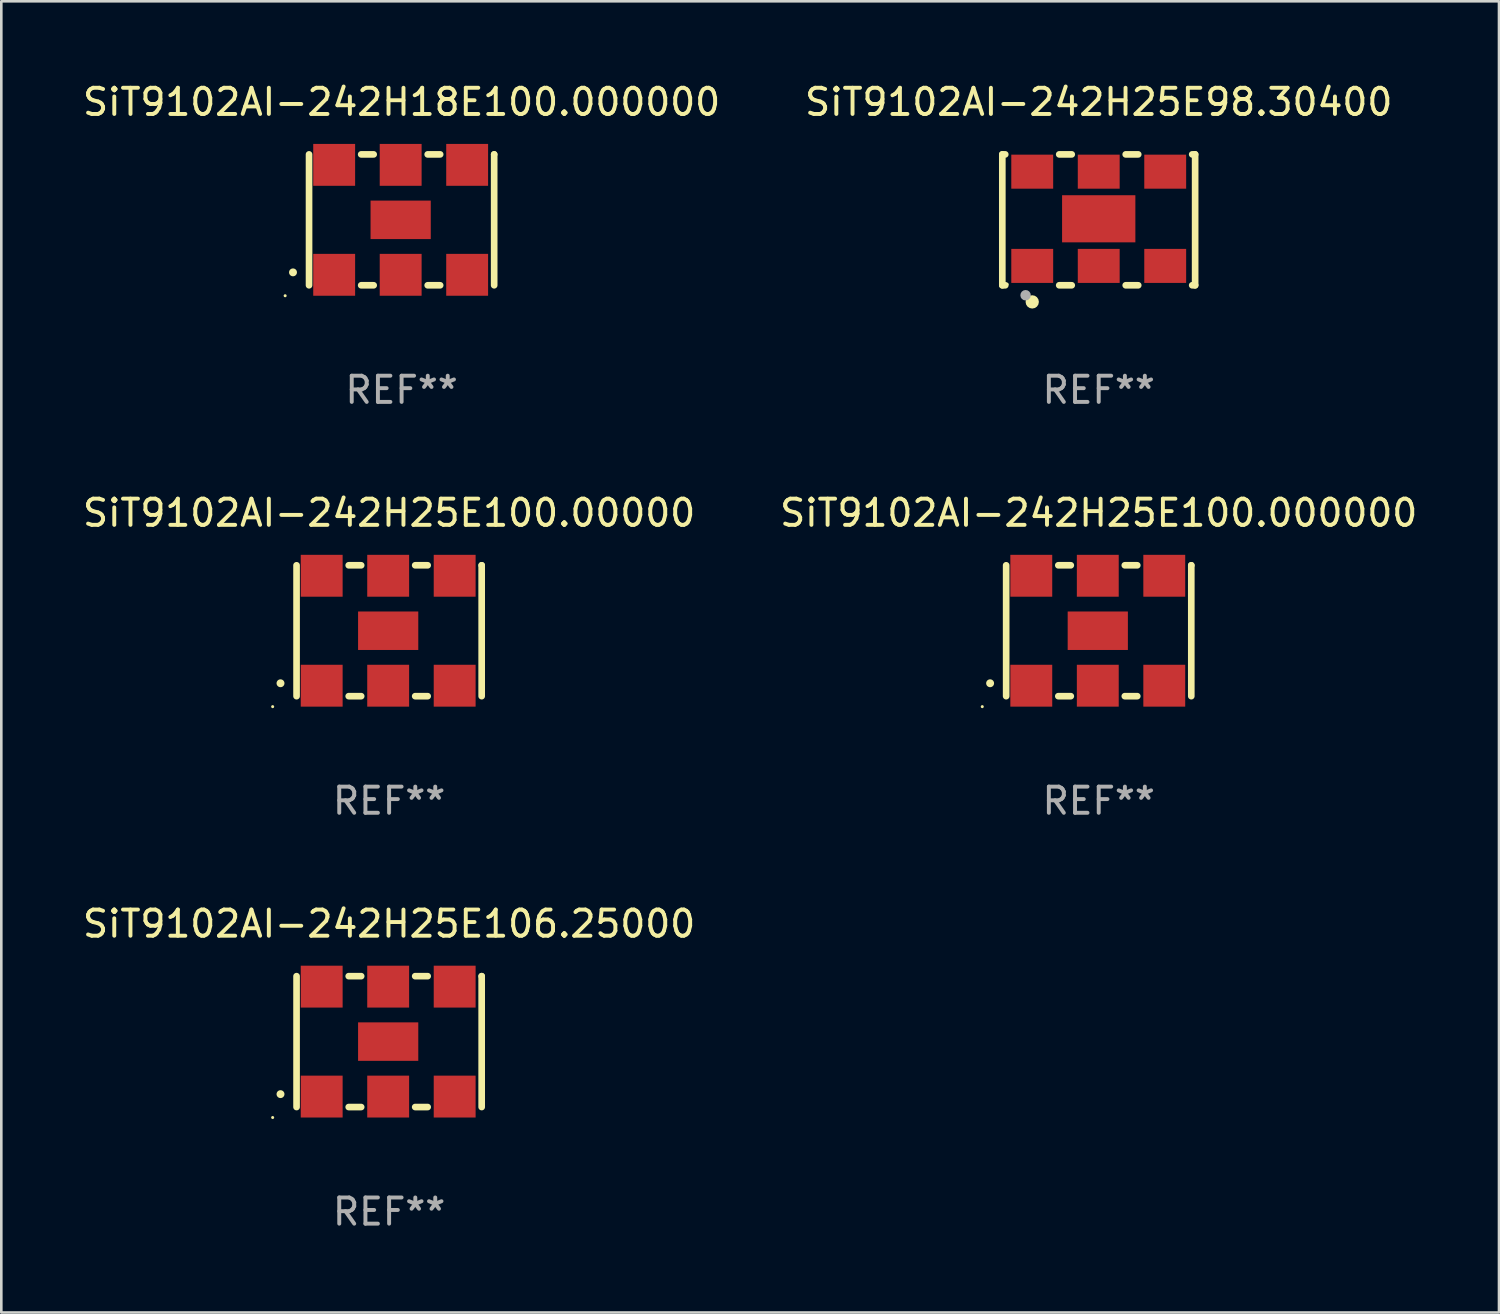
<source format=kicad_pcb>
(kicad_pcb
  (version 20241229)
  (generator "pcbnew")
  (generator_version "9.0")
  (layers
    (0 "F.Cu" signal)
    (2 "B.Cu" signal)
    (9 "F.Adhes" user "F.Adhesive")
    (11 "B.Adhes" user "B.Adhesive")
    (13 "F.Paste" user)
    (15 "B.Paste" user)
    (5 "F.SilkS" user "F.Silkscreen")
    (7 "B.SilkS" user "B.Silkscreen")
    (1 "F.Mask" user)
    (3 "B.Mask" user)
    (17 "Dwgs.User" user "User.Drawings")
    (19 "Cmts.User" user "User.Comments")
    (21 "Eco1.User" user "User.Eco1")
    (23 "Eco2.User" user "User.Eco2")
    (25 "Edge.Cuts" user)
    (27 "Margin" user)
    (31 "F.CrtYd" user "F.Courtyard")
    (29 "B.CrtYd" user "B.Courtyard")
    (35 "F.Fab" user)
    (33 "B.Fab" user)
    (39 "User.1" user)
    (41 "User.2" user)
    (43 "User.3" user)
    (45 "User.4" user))
  (footprint "SiT9102AI-242H18E100.000000"
    (layer "F.Cu")
    (at 12.292 5.348)
    (property "Reference" "SiT9102AI-242H18E100.000000" (at 0 -4.5 0) (layer "F.SilkS") (effects (font (size 1 1) (thickness 0.15))))
    (attr through_hole)
    (fp_line (start -3.536 -2.5) (end -3.536 2.5) (stroke (width 0.254) (type solid)) (layer "F.SilkS"))
    (fp_line (start -1.544 2.5) (end -1.067 2.5) (stroke (width 0.254) (type solid)) (layer "F.SilkS"))
    (fp_line (start -1.067 -2.5) (end -1.544 -2.5) (stroke (width 0.254) (type solid)) (layer "F.SilkS"))
    (fp_line (start 0.996 2.5) (end 1.473 2.5) (stroke (width 0.254) (type solid)) (layer "F.SilkS"))
    (fp_line (start 1.473 -2.5) (end 0.996 -2.5) (stroke (width 0.254) (type solid)) (layer "F.SilkS"))
    (fp_line (start 3.536 -2.5) (end 3.536 -2.5) (stroke (width 0.254) (type solid)) (layer "F.SilkS"))
    (fp_line (start 3.536 2.5) (end 3.536 -2.5) (stroke (width 0.254) (type solid)) (layer "F.SilkS"))
    (fp_arc (start -4.150432 2.006604) (mid -4.149162 2.006599) (end -4.147892 2.006604) (stroke (width 0.3) (type solid)) (layer "F.SilkS"))
    (fp_circle (center -4.449 2.9) (end -4.419 2.9) (stroke (width 0.06) (type solid)) (fill no) (layer "F.SilkS"))
    (fp_text user "REF**" (at 0 6.5 0) (layer "F.Fab") (effects (font (size 1 1) (thickness 0.15))))
    (pad "1" smd rect (at -2.576 2.1) (size 1.6 1.6) (layers "F.Cu" "F.Mask" "F.Paste"))
    (pad "2" smd rect (at -0.036 2.1) (size 1.6 1.6) (layers "F.Cu" "F.Mask" "F.Paste"))
    (pad "3" smd rect (at 2.504 2.1) (size 1.6 1.6) (layers "F.Cu" "F.Mask" "F.Paste"))
    (pad "4" smd rect (at 2.504 -2.1) (size 1.6 1.6) (layers "F.Cu" "F.Mask" "F.Paste"))
    (pad "5" smd rect (at -0.036 -2.1) (size 1.6 1.6) (layers "F.Cu" "F.Mask" "F.Paste"))
    (pad "6" smd rect (at -2.576 -2.1) (size 1.6 1.6) (layers "F.Cu" "F.Mask" "F.Paste"))
    (pad "7" smd rect (at -0.036 0) (size 2.3 1.47) (layers "F.Cu" "F.Mask" "F.Paste")))
  (footprint "SiT9102AI-242H25E106.25000"
    (layer "F.Cu")
    (at 11.815 36.741)
    (property "Reference" "SiT9102AI-242H25E106.25000" (at 0 -4.5 0) (layer "F.SilkS") (effects (font (size 1 1) (thickness 0.15))))
    (attr through_hole)
    (fp_line (start -3.536 -2.5) (end -3.536 2.5) (stroke (width 0.254) (type solid)) (layer "F.SilkS"))
    (fp_line (start -1.544 2.5) (end -1.067 2.5) (stroke (width 0.254) (type solid)) (layer "F.SilkS"))
    (fp_line (start -1.067 -2.5) (end -1.544 -2.5) (stroke (width 0.254) (type solid)) (layer "F.SilkS"))
    (fp_line (start 0.996 2.5) (end 1.473 2.5) (stroke (width 0.254) (type solid)) (layer "F.SilkS"))
    (fp_line (start 1.473 -2.5) (end 0.996 -2.5) (stroke (width 0.254) (type solid)) (layer "F.SilkS"))
    (fp_line (start 3.536 -2.5) (end 3.536 -2.5) (stroke (width 0.254) (type solid)) (layer "F.SilkS"))
    (fp_line (start 3.536 2.5) (end 3.536 -2.5) (stroke (width 0.254) (type solid)) (layer "F.SilkS"))
    (fp_arc (start -4.150432 2.006604) (mid -4.149162 2.006599) (end -4.147892 2.006604) (stroke (width 0.3) (type solid)) (layer "F.SilkS"))
    (fp_circle (center -4.449 2.9) (end -4.419 2.9) (stroke (width 0.06) (type solid)) (fill no) (layer "F.SilkS"))
    (fp_text user "REF**" (at 0 6.5 0) (layer "F.Fab") (effects (font (size 1 1) (thickness 0.15))))
    (pad "1" smd rect (at -2.576 2.1) (size 1.6 1.6) (layers "F.Cu" "F.Mask" "F.Paste"))
    (pad "2" smd rect (at -0.036 2.1) (size 1.6 1.6) (layers "F.Cu" "F.Mask" "F.Paste"))
    (pad "3" smd rect (at 2.504 2.1) (size 1.6 1.6) (layers "F.Cu" "F.Mask" "F.Paste"))
    (pad "4" smd rect (at 2.504 -2.1) (size 1.6 1.6) (layers "F.Cu" "F.Mask" "F.Paste"))
    (pad "5" smd rect (at -0.036 -2.1) (size 1.6 1.6) (layers "F.Cu" "F.Mask" "F.Paste"))
    (pad "6" smd rect (at -2.576 -2.1) (size 1.6 1.6) (layers "F.Cu" "F.Mask" "F.Paste"))
    (pad "7" smd rect (at -0.036 0) (size 2.3 1.47) (layers "F.Cu" "F.Mask" "F.Paste")))
  (footprint "SiT9102AI-242H25E100.00000"
    (layer "F.Cu")
    (at 11.815 21.045)
    (property "Reference" "SiT9102AI-242H25E100.00000" (at 0 -4.5 0) (layer "F.SilkS") (effects (font (size 1 1) (thickness 0.15))))
    (attr through_hole)
    (fp_line (start -3.536 -2.5) (end -3.536 2.5) (stroke (width 0.254) (type solid)) (layer "F.SilkS"))
    (fp_line (start -1.544 2.5) (end -1.067 2.5) (stroke (width 0.254) (type solid)) (layer "F.SilkS"))
    (fp_line (start -1.067 -2.5) (end -1.544 -2.5) (stroke (width 0.254) (type solid)) (layer "F.SilkS"))
    (fp_line (start 0.996 2.5) (end 1.473 2.5) (stroke (width 0.254) (type solid)) (layer "F.SilkS"))
    (fp_line (start 1.473 -2.5) (end 0.996 -2.5) (stroke (width 0.254) (type solid)) (layer "F.SilkS"))
    (fp_line (start 3.536 -2.5) (end 3.536 -2.5) (stroke (width 0.254) (type solid)) (layer "F.SilkS"))
    (fp_line (start 3.536 2.5) (end 3.536 -2.5) (stroke (width 0.254) (type solid)) (layer "F.SilkS"))
    (fp_arc (start -4.150432 2.006604) (mid -4.149162 2.006599) (end -4.147892 2.006604) (stroke (width 0.3) (type solid)) (layer "F.SilkS"))
    (fp_circle (center -4.449 2.9) (end -4.419 2.9) (stroke (width 0.06) (type solid)) (fill no) (layer "F.SilkS"))
    (fp_text user "REF**" (at 0 6.5 0) (layer "F.Fab") (effects (font (size 1 1) (thickness 0.15))))
    (pad "1" smd rect (at -2.576 2.1) (size 1.6 1.6) (layers "F.Cu" "F.Mask" "F.Paste"))
    (pad "2" smd rect (at -0.036 2.1) (size 1.6 1.6) (layers "F.Cu" "F.Mask" "F.Paste"))
    (pad "3" smd rect (at 2.504 2.1) (size 1.6 1.6) (layers "F.Cu" "F.Mask" "F.Paste"))
    (pad "4" smd rect (at 2.504 -2.1) (size 1.6 1.6) (layers "F.Cu" "F.Mask" "F.Paste"))
    (pad "5" smd rect (at -0.036 -2.1) (size 1.6 1.6) (layers "F.Cu" "F.Mask" "F.Paste"))
    (pad "6" smd rect (at -2.576 -2.1) (size 1.6 1.6) (layers "F.Cu" "F.Mask" "F.Paste"))
    (pad "7" smd rect (at -0.036 0) (size 2.3 1.47) (layers "F.Cu" "F.Mask" "F.Paste")))
  (footprint "SiT9102AI-242H25E100.000000"
    (layer "F.Cu")
    (at 38.923 21.045)
    (property "Reference" "SiT9102AI-242H25E100.000000" (at 0 -4.5 0) (layer "F.SilkS") (effects (font (size 1 1) (thickness 0.15))))
    (attr through_hole)
    (fp_line (start -3.536 -2.5) (end -3.536 2.5) (stroke (width 0.254) (type solid)) (layer "F.SilkS"))
    (fp_line (start -1.544 2.5) (end -1.067 2.5) (stroke (width 0.254) (type solid)) (layer "F.SilkS"))
    (fp_line (start -1.067 -2.5) (end -1.544 -2.5) (stroke (width 0.254) (type solid)) (layer "F.SilkS"))
    (fp_line (start 0.996 2.5) (end 1.473 2.5) (stroke (width 0.254) (type solid)) (layer "F.SilkS"))
    (fp_line (start 1.473 -2.5) (end 0.996 -2.5) (stroke (width 0.254) (type solid)) (layer "F.SilkS"))
    (fp_line (start 3.536 -2.5) (end 3.536 -2.5) (stroke (width 0.254) (type solid)) (layer "F.SilkS"))
    (fp_line (start 3.536 2.5) (end 3.536 -2.5) (stroke (width 0.254) (type solid)) (layer "F.SilkS"))
    (fp_arc (start -4.150432 2.006604) (mid -4.149162 2.006599) (end -4.147892 2.006604) (stroke (width 0.3) (type solid)) (layer "F.SilkS"))
    (fp_circle (center -4.449 2.9) (end -4.419 2.9) (stroke (width 0.06) (type solid)) (fill no) (layer "F.SilkS"))
    (fp_text user "REF**" (at 0 6.5 0) (layer "F.Fab") (effects (font (size 1 1) (thickness 0.15))))
    (pad "1" smd rect (at -2.576 2.1) (size 1.6 1.6) (layers "F.Cu" "F.Mask" "F.Paste"))
    (pad "2" smd rect (at -0.036 2.1) (size 1.6 1.6) (layers "F.Cu" "F.Mask" "F.Paste"))
    (pad "3" smd rect (at 2.504 2.1) (size 1.6 1.6) (layers "F.Cu" "F.Mask" "F.Paste"))
    (pad "4" smd rect (at 2.504 -2.1) (size 1.6 1.6) (layers "F.Cu" "F.Mask" "F.Paste"))
    (pad "5" smd rect (at -0.036 -2.1) (size 1.6 1.6) (layers "F.Cu" "F.Mask" "F.Paste"))
    (pad "6" smd rect (at -2.576 -2.1) (size 1.6 1.6) (layers "F.Cu" "F.Mask" "F.Paste"))
    (pad "7" smd rect (at -0.036 0) (size 2.3 1.47) (layers "F.Cu" "F.Mask" "F.Paste")))
  (footprint "SiT9102AI-242H25E98.30400"
    (layer "F.Cu")
    (at 38.923 5.348)
    (property "Reference" "SiT9102AI-242H25E98.30400" (at 0 -4.5 0) (layer "F.SilkS") (effects (font (size 1 1) (thickness 0.15))))
    (attr through_hole)
    (fp_line (start -3.683 -2.5) (end -3.571 -2.5) (stroke (width 0.254) (type solid)) (layer "F.SilkS"))
    (fp_line (start -3.683 2.5) (end -3.683 -2.5) (stroke (width 0.254) (type solid)) (layer "F.SilkS"))
    (fp_line (start -3.683 2.5) (end -3.571 2.5) (stroke (width 0.254) (type solid)) (layer "F.SilkS"))
    (fp_line (start -1.509 -2.5) (end -1.031 -2.5) (stroke (width 0.254) (type solid)) (layer "F.SilkS"))
    (fp_line (start -1.509 2.5) (end -1.031 2.5) (stroke (width 0.254) (type solid)) (layer "F.SilkS"))
    (fp_line (start 1.031 -2.5) (end 1.509 -2.5) (stroke (width 0.254) (type solid)) (layer "F.SilkS"))
    (fp_line (start 1.031 2.5) (end 1.509 2.5) (stroke (width 0.254) (type solid)) (layer "F.SilkS"))
    (fp_line (start 3.571 -2.5) (end 3.683 -2.5) (stroke (width 0.254) (type solid)) (layer "F.SilkS"))
    (fp_line (start 3.571 2.5) (end 3.683 2.5) (stroke (width 0.254) (type solid)) (layer "F.SilkS"))
    (fp_line (start 3.683 2.5) (end 3.683 -2.5) (stroke (width 0.254) (type solid)) (layer "F.SilkS"))
    (fp_circle (center -3.5 2.46) (end -3.47 2.46) (stroke (width 0.06) (type solid)) (fill no) (layer "F.SilkS"))
    (fp_circle (center -2.54 3.135) (end -2.413 3.135) (stroke (width 0.254) (type solid)) (fill no) (layer "F.SilkS"))
    (fp_circle (center -2.794 2.881) (end -2.694 2.881) (stroke (width 0.2) (type solid)) (fill no) (layer "F.Fab"))
    (fp_text user "REF**" (at 0 6.5 0) (layer "F.Fab") (effects (font (size 1 1) (thickness 0.15))))
    (pad "1" smd rect (at -2.54 1.76) (size 1.6 1.3) (layers "F.Cu" "F.Mask" "F.Paste"))
    (pad "2" smd rect (at 0 1.76) (size 1.6 1.3) (layers "F.Cu" "F.Mask" "F.Paste"))
    (pad "3" smd rect (at 2.54 1.76) (size 1.6 1.3) (layers "F.Cu" "F.Mask" "F.Paste"))
    (pad "4" smd rect (at 2.54 -1.84) (size 1.6 1.3) (layers "F.Cu" "F.Mask" "F.Paste"))
    (pad "5" smd rect (at 0 -1.84) (size 1.6 1.3) (layers "F.Cu" "F.Mask" "F.Paste"))
    (pad "6" smd rect (at -2.54 -1.84) (size 1.6 1.3) (layers "F.Cu" "F.Mask" "F.Paste"))
    (pad "7" smd rect (at 0 -0.04) (size 2.8 1.8) (layers "F.Cu" "F.Mask" "F.Paste")))
  (gr_rect
    (start -3 -3)
    (end 54.214 47.09)
    (stroke (width 0.1) (type default))
    (fill no)
    (layer "Edge.Cuts")))
</source>
